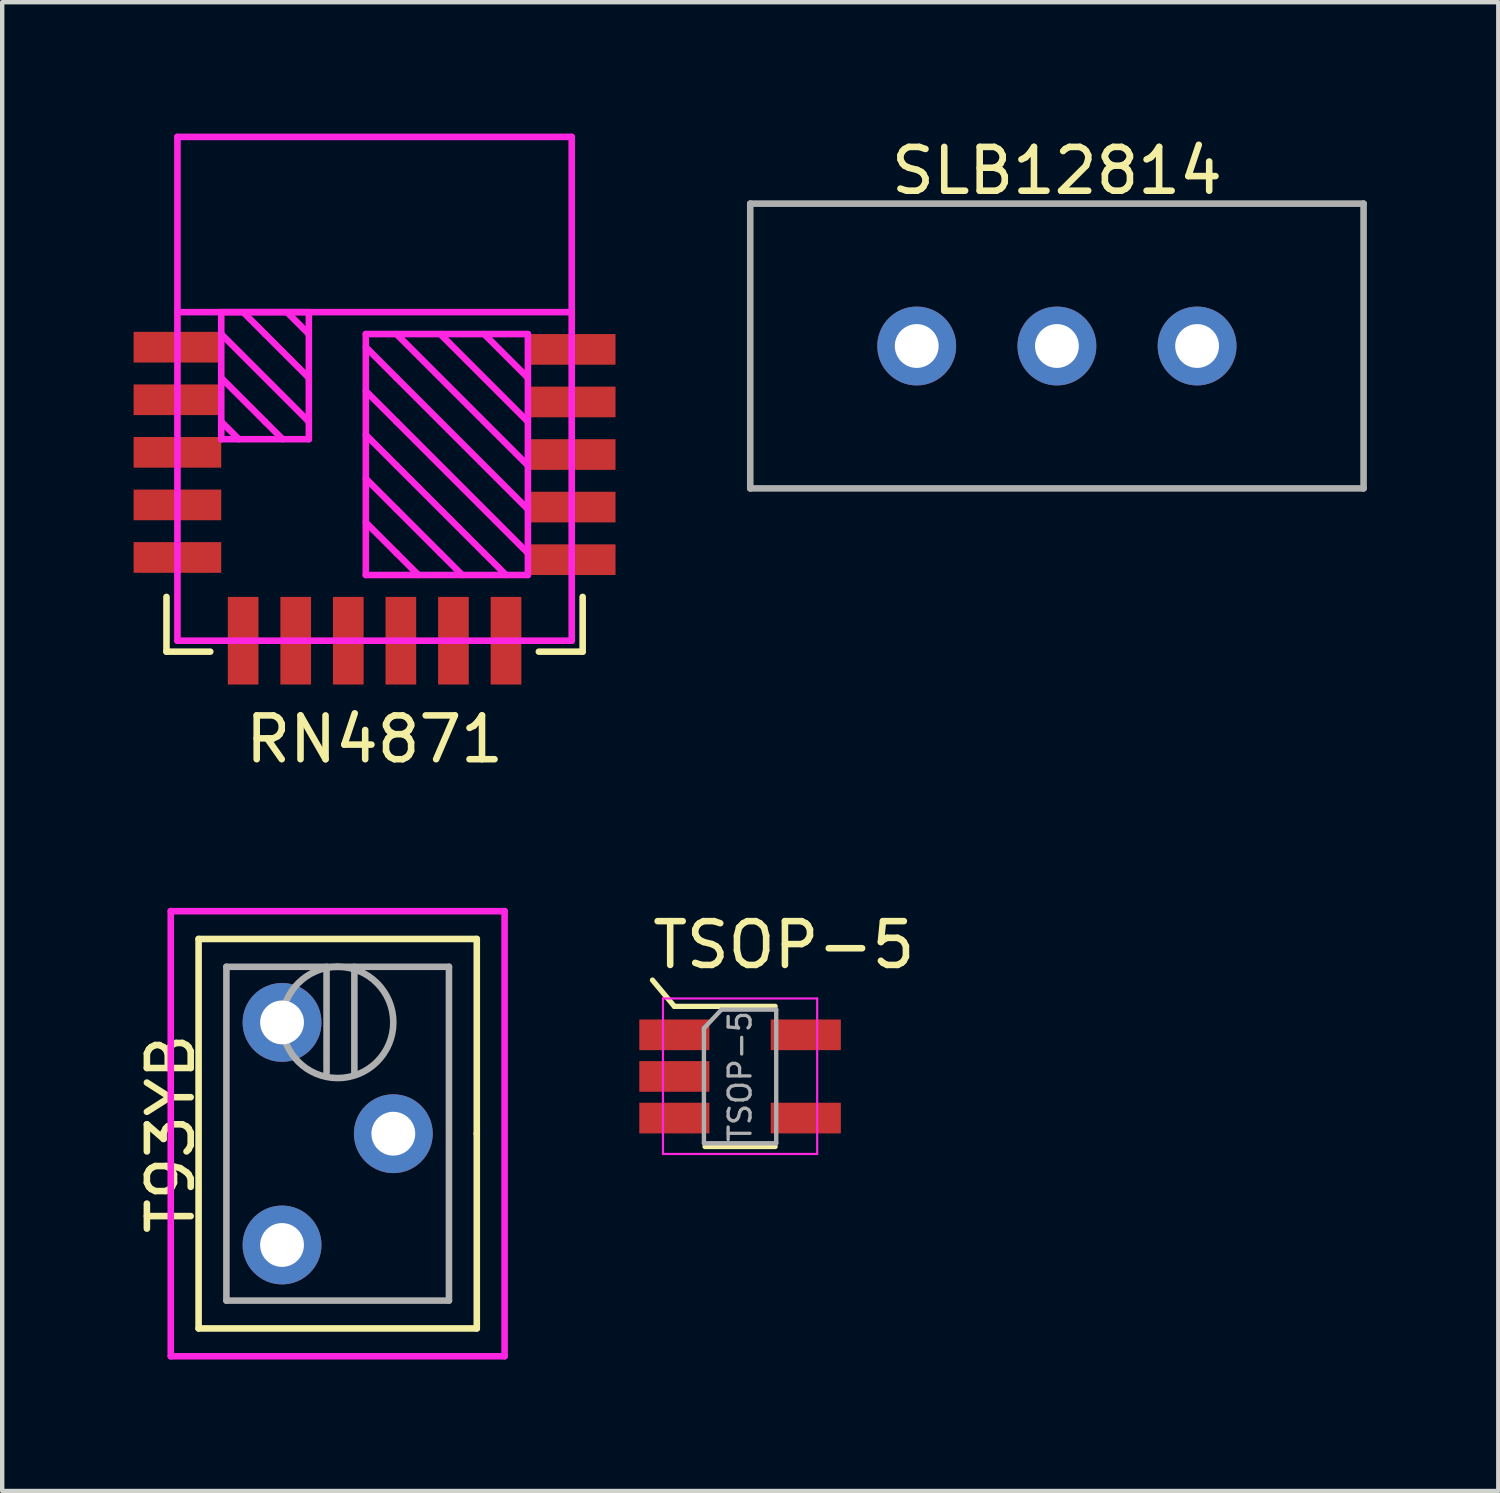
<source format=kicad_pcb>
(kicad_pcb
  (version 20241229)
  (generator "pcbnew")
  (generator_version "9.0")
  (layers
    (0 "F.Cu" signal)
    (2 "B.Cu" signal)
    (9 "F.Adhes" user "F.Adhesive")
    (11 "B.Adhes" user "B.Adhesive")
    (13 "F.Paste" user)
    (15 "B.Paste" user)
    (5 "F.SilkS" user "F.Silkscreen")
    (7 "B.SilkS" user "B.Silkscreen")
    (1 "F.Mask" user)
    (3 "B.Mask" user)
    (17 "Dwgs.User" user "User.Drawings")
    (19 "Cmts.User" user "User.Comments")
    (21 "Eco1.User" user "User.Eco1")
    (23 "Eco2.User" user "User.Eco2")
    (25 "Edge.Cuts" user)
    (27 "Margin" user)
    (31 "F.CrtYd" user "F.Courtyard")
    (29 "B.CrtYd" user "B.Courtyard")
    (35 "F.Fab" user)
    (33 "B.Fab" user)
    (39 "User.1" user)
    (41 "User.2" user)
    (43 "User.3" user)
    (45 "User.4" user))
  (footprint "RN4871"
    (layer "F.Cu")
    (at 1 11.575)
    (property "Reference" "RN4871" (at 4.5 2.25 0) (layer "F.SilkS") (effects (font (size 1 1) (thickness 0.15))))
    (attr through_hole)
    (fp_line (start -0.25 -1) (end -0.25 0.25) (stroke (width 0.15) (type solid)) (layer "F.SilkS"))
    (fp_line (start -0.25 0.25) (end 0.75 0.25) (stroke (width 0.15) (type solid)) (layer "F.SilkS"))
    (fp_line (start 8.25 0.25) (end 9.25 0.25) (stroke (width 0.15) (type solid)) (layer "F.SilkS"))
    (fp_line (start 9.25 0.25) (end 9.25 -1) (stroke (width 0.15) (type solid)) (layer "F.SilkS"))
    (fp_line (start 0 -11.5) (end 0 0) (stroke (width 0.15) (type solid)) (layer "F.CrtYd"))
    (fp_line (start 0 -7.5) (end 9 -7.5) (stroke (width 0.15) (type solid)) (layer "F.CrtYd"))
    (fp_line (start 0 0) (end 9 0) (stroke (width 0.15) (type solid)) (layer "F.CrtYd"))
    (fp_line (start 1 -7.5) (end 1 -4.6) (stroke (width 0.15) (type solid)) (layer "F.CrtYd"))
    (fp_line (start 1 -7) (end 3 -5) (stroke (width 0.15) (type solid)) (layer "F.CrtYd"))
    (fp_line (start 1 -5) (end 1.4 -4.6) (stroke (width 0.15) (type solid)) (layer "F.CrtYd"))
    (fp_line (start 1 -4.6) (end 3 -4.6) (stroke (width 0.15) (type solid)) (layer "F.CrtYd"))
    (fp_line (start 2 -7) (end 1.5 -7.5) (stroke (width 0.15) (type solid)) (layer "F.CrtYd"))
    (fp_line (start 2 -7) (end 3 -6) (stroke (width 0.15) (type solid)) (layer "F.CrtYd"))
    (fp_line (start 2 -5) (end 1 -6) (stroke (width 0.15) (type solid)) (layer "F.CrtYd"))
    (fp_line (start 2 -5) (end 2.4 -4.6) (stroke (width 0.15) (type solid)) (layer "F.CrtYd"))
    (fp_line (start 2.5 -7.5) (end 3 -7) (stroke (width 0.15) (type solid)) (layer "F.CrtYd"))
    (fp_line (start 3 -7.5) (end 1 -7.5) (stroke (width 0.15) (type solid)) (layer "F.CrtYd"))
    (fp_line (start 3 -4.6) (end 3 -7.5) (stroke (width 0.15) (type solid)) (layer "F.CrtYd"))
    (fp_line (start 4.3 -7) (end 4.3 -1.5) (stroke (width 0.15) (type solid)) (layer "F.CrtYd"))
    (fp_line (start 4.3 -1.5) (end 8 -1.5) (stroke (width 0.15) (type solid)) (layer "F.CrtYd"))
    (fp_line (start 5 -6) (end 4.3 -6.7) (stroke (width 0.15) (type solid)) (layer "F.CrtYd"))
    (fp_line (start 5 -5) (end 4.3 -5.7) (stroke (width 0.15) (type solid)) (layer "F.CrtYd"))
    (fp_line (start 5 -4) (end 4.3 -4.7) (stroke (width 0.15) (type solid)) (layer "F.CrtYd"))
    (fp_line (start 5 -3) (end 4.3 -3.7) (stroke (width 0.15) (type solid)) (layer "F.CrtYd"))
    (fp_line (start 5 -2) (end 4.3 -2.7) (stroke (width 0.15) (type solid)) (layer "F.CrtYd"))
    (fp_line (start 5 -2) (end 5.5 -1.5) (stroke (width 0.15) (type solid)) (layer "F.CrtYd"))
    (fp_line (start 6 -7) (end 8 -5) (stroke (width 0.15) (type solid)) (layer "F.CrtYd"))
    (fp_line (start 6 -2) (end 5 -3) (stroke (width 0.15) (type solid)) (layer "F.CrtYd"))
    (fp_line (start 6 -2) (end 6.5 -1.5) (stroke (width 0.15) (type solid)) (layer "F.CrtYd"))
    (fp_line (start 7 -2) (end 5 -4) (stroke (width 0.15) (type solid)) (layer "F.CrtYd"))
    (fp_line (start 7 -2) (end 7.5 -1.5) (stroke (width 0.15) (type solid)) (layer "F.CrtYd"))
    (fp_line (start 8 -7) (end 4.3 -7) (stroke (width 0.15) (type solid)) (layer "F.CrtYd"))
    (fp_line (start 8 -6) (end 7 -7) (stroke (width 0.15) (type solid)) (layer "F.CrtYd"))
    (fp_line (start 8 -4) (end 5 -7) (stroke (width 0.15) (type solid)) (layer "F.CrtYd"))
    (fp_line (start 8 -3) (end 5 -6) (stroke (width 0.15) (type solid)) (layer "F.CrtYd"))
    (fp_line (start 8 -2) (end 5 -5) (stroke (width 0.15) (type solid)) (layer "F.CrtYd"))
    (fp_line (start 8 -1.5) (end 8 -7) (stroke (width 0.15) (type solid)) (layer "F.CrtYd"))
    (fp_line (start 9 -11.5) (end 0 -11.5) (stroke (width 0.15) (type solid)) (layer "F.CrtYd"))
    (fp_line (start 9 0) (end 9 -11.5) (stroke (width 0.15) (type solid)) (layer "F.CrtYd"))
    (pad "1" smd rect (at 0 -6.7) (size 2 0.7) (layers "F.Cu" "F.Mask" "F.Paste"))
    (pad "2" smd rect (at 0 -5.5) (size 2 0.7) (layers "F.Cu" "F.Mask" "F.Paste"))
    (pad "3" smd rect (at 0 -4.3) (size 2 0.7) (layers "F.Cu" "F.Mask" "F.Paste"))
    (pad "4" smd rect (at 0 -3.1) (size 2 0.7) (layers "F.Cu" "F.Mask" "F.Paste"))
    (pad "5" smd rect (at 0 -1.9) (size 2 0.7) (layers "F.Cu" "F.Mask" "F.Paste"))
    (pad "6" smd rect (at 1.5 0) (size 0.7 2) (layers "F.Cu" "F.Mask" "F.Paste"))
    (pad "7" smd rect (at 2.7 0) (size 0.7 2) (layers "F.Cu" "F.Mask" "F.Paste"))
    (pad "8" smd rect (at 3.9 0) (size 0.7 2) (layers "F.Cu" "F.Mask" "F.Paste"))
    (pad "9" smd rect (at 5.1 0) (size 0.7 2) (layers "F.Cu" "F.Mask" "F.Paste"))
    (pad "10" smd rect (at 6.3 0) (size 0.7 2) (layers "F.Cu" "F.Mask" "F.Paste"))
    (pad "11" smd rect (at 7.5 0) (size 0.7 2) (layers "F.Cu" "F.Mask" "F.Paste"))
    (pad "12" smd rect (at 9 -1.85) (size 2 0.7) (layers "F.Cu" "F.Mask" "F.Paste"))
    (pad "13" smd rect (at 9 -3.05) (size 2 0.7) (layers "F.Cu" "F.Mask" "F.Paste"))
    (pad "14" smd rect (at 9 -4.25) (size 2 0.7) (layers "F.Cu" "F.Mask" "F.Paste"))
    (pad "15" smd rect (at 9 -5.45) (size 2 0.7) (layers "F.Cu" "F.Mask" "F.Paste"))
    (pad "16" smd rect (at 9 -6.65) (size 2 0.7) (layers "F.Cu" "F.Mask" "F.Paste")))
  (footprint "TSOP-5"
    (layer "F.Cu")
    (at 13.843 21.521)
    (property "Reference" "TSOP-5" (at 1 -3 0) (layer "F.SilkS") (effects (font (size 1 1) (thickness 0.15))))
    (attr smd)
    (fp_line (start -1.5 -1.6) (end -2 -2.2) (stroke (width 0.12) (type solid)) (layer "F.SilkS"))
    (fp_line (start -0.8 1.6) (end 0.8 1.6) (stroke (width 0.12) (type solid)) (layer "F.SilkS"))
    (fp_line (start 0.8 -1.6) (end -1.5 -1.6) (stroke (width 0.12) (type solid)) (layer "F.SilkS"))
    (fp_line (start -1.76 -1.78) (end -1.76 1.77) (stroke (width 0.05) (type solid)) (layer "F.CrtYd"))
    (fp_line (start -1.76 -1.78) (end 1.76 -1.78) (stroke (width 0.05) (type solid)) (layer "F.CrtYd"))
    (fp_line (start 1.76 1.77) (end -1.76 1.77) (stroke (width 0.05) (type solid)) (layer "F.CrtYd"))
    (fp_line (start 1.76 1.77) (end 1.76 -1.78) (stroke (width 0.05) (type solid)) (layer "F.CrtYd"))
    (fp_line (start -0.825 -1.1) (end -0.825 1.525) (stroke (width 0.1) (type solid)) (layer "F.Fab"))
    (fp_line (start -0.825 -1.1) (end -0.425 -1.525) (stroke (width 0.1) (type solid)) (layer "F.Fab"))
    (fp_line (start 0.825 -1.525) (end -0.425 -1.525) (stroke (width 0.1) (type solid)) (layer "F.Fab"))
    (fp_line (start 0.825 -1.525) (end 0.825 1.525) (stroke (width 0.1) (type solid)) (layer "F.Fab"))
    (fp_line (start 0.825 1.525) (end -0.825 1.525) (stroke (width 0.1) (type solid)) (layer "F.Fab"))
    (fp_text user "${REFERENCE}" (at 0 0 90) (layer "F.Fab") (effects (font (size 0.5 0.5) (thickness 0.075))))
    (pad "1" smd rect (at -1.5 -0.95) (size 1.6 0.7) (layers "F.Cu" "F.Mask" "F.Paste"))
    (pad "2" smd rect (at -1.5 0) (size 1.6 0.7) (layers "F.Cu" "F.Mask" "F.Paste"))
    (pad "3" smd rect (at -1.5 0.95) (size 1.6 0.7) (layers "F.Cu" "F.Mask" "F.Paste"))
    (pad "4" smd rect (at 1.5 0.95) (size 1.6 0.7) (layers "F.Cu" "F.Mask" "F.Paste"))
    (pad "5" smd rect (at 1.5 -0.95) (size 1.6 0.7) (layers "F.Cu" "F.Mask" "F.Paste")))
  (footprint "SLB12814"
    (layer "F.Cu")
    (at 21.075 4.848)
    (property "Reference" "SLB12814" (at 0 -4 0) (layer "F.SilkS") (effects (font (size 1 1) (thickness 0.15))))
    (attr through_hole)
    (fp_line (start -7 -3.25) (end -7 3.25) (stroke (width 0.15) (type solid)) (layer "F.Fab"))
    (fp_line (start -7 3.25) (end 7 3.25) (stroke (width 0.15) (type solid)) (layer "F.Fab"))
    (fp_line (start 7 -3.25) (end -7 -3.25) (stroke (width 0.15) (type solid)) (layer "F.Fab"))
    (fp_line (start 7 3.25) (end 7 -3.25) (stroke (width 0.15) (type solid)) (layer "F.Fab"))
    (pad "1" thru_hole circle (at -3.2 0) (size 1.8 1.8) (drill 1) (layers "*.Cu" "*.Mask"))
    (pad "2" thru_hole circle (at 0 0) (size 1.8 1.8) (drill 1) (layers "*.Cu" "*.Mask"))
    (pad "3" thru_hole circle (at 3.2 0) (size 1.8 1.8) (drill 1) (layers "*.Cu" "*.Mask")))
  (footprint "T93YB"
    (layer "F.Cu")
    (at 4.658 22.828)
    (property "Reference" "T93YB" (at -3.81 0 90) (layer "F.SilkS") (effects (font (size 1 1) (thickness 0.15))))
    (attr through_hole)
    (fp_line (start -3.175 -4.445) (end -3.175 4.445) (stroke (width 0.15) (type solid)) (layer "F.SilkS"))
    (fp_line (start -3.175 4.445) (end 3.175 4.445) (stroke (width 0.15) (type solid)) (layer "F.SilkS"))
    (fp_line (start 3.175 -4.445) (end -3.175 -4.445) (stroke (width 0.15) (type solid)) (layer "F.SilkS"))
    (fp_line (start 3.175 0) (end 3.175 -4.445) (stroke (width 0.15) (type solid)) (layer "F.SilkS"))
    (fp_line (start 3.175 4.445) (end 3.175 0) (stroke (width 0.15) (type solid)) (layer "F.SilkS"))
    (fp_line (start -3.81 -5.08) (end -3.81 5.08) (stroke (width 0.15) (type solid)) (layer "F.CrtYd"))
    (fp_line (start -3.81 5.08) (end 3.81 5.08) (stroke (width 0.15) (type solid)) (layer "F.CrtYd"))
    (fp_line (start 3.81 -5.08) (end -3.81 -5.08) (stroke (width 0.15) (type solid)) (layer "F.CrtYd"))
    (fp_line (start 3.81 5.08) (end 3.81 -5.08) (stroke (width 0.15) (type solid)) (layer "F.CrtYd"))
    (fp_line (start -2.54 -3.81) (end 0 -3.81) (stroke (width 0.15) (type solid)) (layer "F.Fab"))
    (fp_line (start -2.54 3.81) (end -2.54 -3.81) (stroke (width 0.15) (type solid)) (layer "F.Fab"))
    (fp_line (start -0.254 -3.81) (end -0.254 -1.397) (stroke (width 0.15) (type solid)) (layer "F.Fab"))
    (fp_line (start 0 -3.81) (end 2.54 -3.81) (stroke (width 0.15) (type solid)) (layer "F.Fab"))
    (fp_line (start 0.381 -1.397) (end 0.381 -3.81) (stroke (width 0.15) (type solid)) (layer "F.Fab"))
    (fp_line (start 2.54 -3.81) (end 2.54 3.81) (stroke (width 0.15) (type solid)) (layer "F.Fab"))
    (fp_line (start 2.54 3.81) (end -2.54 3.81) (stroke (width 0.15) (type solid)) (layer "F.Fab"))
    (fp_circle (center 0 -2.54) (end 1.27 -2.54) (stroke (width 0.15) (type solid)) (fill no) (layer "F.Fab"))
    (pad "1" thru_hole circle (at -1.27 -2.54) (size 1.8 1.8) (drill 1) (layers "*.Cu" "*.Mask"))
    (pad "2" thru_hole circle (at 1.27 0) (size 1.8 1.8) (drill 1) (layers "*.Cu" "*.Mask"))
    (pad "3" thru_hole circle (at -1.27 2.54) (size 1.8 1.8) (drill 1) (layers "*.Cu" "*.Mask")))
  (gr_rect
    (start -3 -3)
    (end 31.15 30.983)
    (stroke (width 0.1) (type default))
    (fill no)
    (layer "Edge.Cuts")))
</source>
